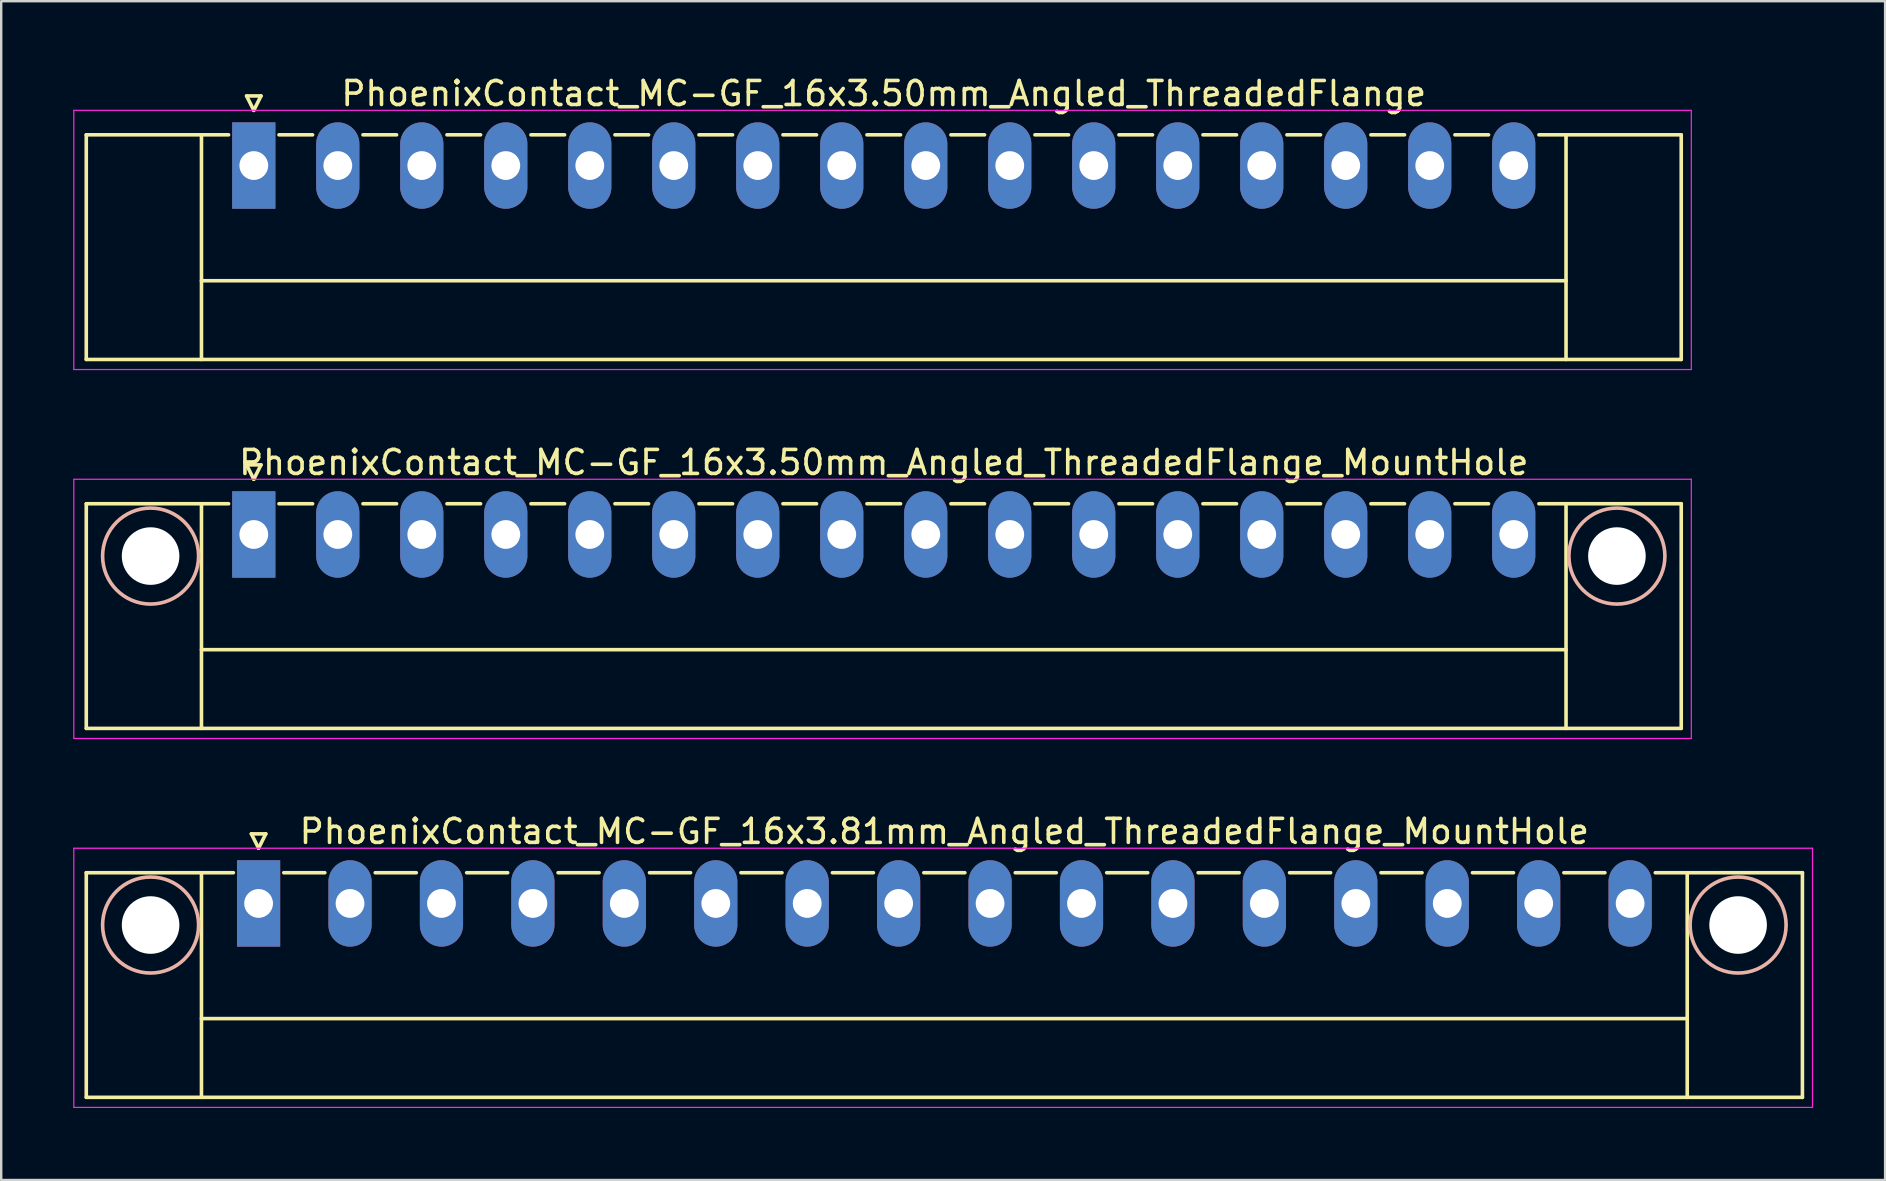
<source format=kicad_pcb>
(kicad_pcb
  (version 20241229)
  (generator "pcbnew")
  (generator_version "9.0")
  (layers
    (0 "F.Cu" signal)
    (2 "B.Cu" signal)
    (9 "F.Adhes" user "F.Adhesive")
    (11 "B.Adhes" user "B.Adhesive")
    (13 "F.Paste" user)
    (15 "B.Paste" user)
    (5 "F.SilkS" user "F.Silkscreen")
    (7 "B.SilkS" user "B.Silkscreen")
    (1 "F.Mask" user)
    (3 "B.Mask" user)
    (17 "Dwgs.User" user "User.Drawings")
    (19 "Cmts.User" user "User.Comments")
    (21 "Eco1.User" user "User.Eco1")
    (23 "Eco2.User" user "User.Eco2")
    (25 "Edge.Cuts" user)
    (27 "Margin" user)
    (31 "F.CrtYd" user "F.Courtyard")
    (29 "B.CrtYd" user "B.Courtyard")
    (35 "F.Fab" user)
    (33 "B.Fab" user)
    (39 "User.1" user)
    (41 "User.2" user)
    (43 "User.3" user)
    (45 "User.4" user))
  (footprint "PhoenixContact_MC-GF_16x3.81mm_Angled_ThreadedFlange_MountHole"
    (layer "F.Cu")
    (at 7.725 34.595)
    (property "Reference" "PhoenixContact_MC-GF_16x3.81mm_Angled_ThreadedFlange_MountHole" (at 28.575 -3 0) (layer "F.SilkS") (effects (font (size 1 1) (thickness 0.15))))
    (attr through_hole)
    (fp_line (start -7.18 -1.28) (end -7.18 8.08) (stroke (width 0.15) (type solid)) (layer "F.SilkS"))
    (fp_line (start -7.18 -1.28) (end -1.05 -1.28) (stroke (width 0.15) (type solid)) (layer "F.SilkS"))
    (fp_line (start -7.18 8.08) (end 64.33 8.08) (stroke (width 0.15) (type solid)) (layer "F.SilkS"))
    (fp_line (start -2.38 -1.28) (end -2.38 8.08) (stroke (width 0.15) (type solid)) (layer "F.SilkS"))
    (fp_line (start -2.38 4.8) (end 59.53 4.8) (stroke (width 0.15) (type solid)) (layer "F.SilkS"))
    (fp_line (start -0.3 -2.9) (end 0 -2.3) (stroke (width 0.15) (type solid)) (layer "F.SilkS"))
    (fp_line (start 0 -2.3) (end 0.3 -2.9) (stroke (width 0.15) (type solid)) (layer "F.SilkS"))
    (fp_line (start 0.3 -2.9) (end -0.3 -2.9) (stroke (width 0.15) (type solid)) (layer "F.SilkS"))
    (fp_line (start 1.05 -1.28) (end 2.76 -1.28) (stroke (width 0.15) (type solid)) (layer "F.SilkS"))
    (fp_line (start 4.86 -1.28) (end 6.57 -1.28) (stroke (width 0.15) (type solid)) (layer "F.SilkS"))
    (fp_line (start 8.67 -1.28) (end 10.38 -1.28) (stroke (width 0.15) (type solid)) (layer "F.SilkS"))
    (fp_line (start 12.48 -1.28) (end 14.19 -1.28) (stroke (width 0.15) (type solid)) (layer "F.SilkS"))
    (fp_line (start 16.29 -1.28) (end 18 -1.28) (stroke (width 0.15) (type solid)) (layer "F.SilkS"))
    (fp_line (start 20.1 -1.28) (end 21.81 -1.28) (stroke (width 0.15) (type solid)) (layer "F.SilkS"))
    (fp_line (start 23.91 -1.28) (end 25.62 -1.28) (stroke (width 0.15) (type solid)) (layer "F.SilkS"))
    (fp_line (start 27.72 -1.28) (end 29.43 -1.28) (stroke (width 0.15) (type solid)) (layer "F.SilkS"))
    (fp_line (start 31.53 -1.28) (end 33.24 -1.28) (stroke (width 0.15) (type solid)) (layer "F.SilkS"))
    (fp_line (start 35.34 -1.28) (end 37.05 -1.28) (stroke (width 0.15) (type solid)) (layer "F.SilkS"))
    (fp_line (start 39.15 -1.28) (end 40.86 -1.28) (stroke (width 0.15) (type solid)) (layer "F.SilkS"))
    (fp_line (start 42.96 -1.28) (end 44.67 -1.28) (stroke (width 0.15) (type solid)) (layer "F.SilkS"))
    (fp_line (start 46.77 -1.28) (end 48.48 -1.28) (stroke (width 0.15) (type solid)) (layer "F.SilkS"))
    (fp_line (start 50.58 -1.28) (end 52.29 -1.28) (stroke (width 0.15) (type solid)) (layer "F.SilkS"))
    (fp_line (start 54.39 -1.28) (end 56.1 -1.28) (stroke (width 0.15) (type solid)) (layer "F.SilkS"))
    (fp_line (start 59.53 -1.28) (end 59.53 8.08) (stroke (width 0.15) (type solid)) (layer "F.SilkS"))
    (fp_line (start 64.33 -1.28) (end 58.2 -1.28) (stroke (width 0.15) (type solid)) (layer "F.SilkS"))
    (fp_line (start 64.33 8.08) (end 64.33 -1.28) (stroke (width 0.15) (type solid)) (layer "F.SilkS"))
    (fp_circle (center -4.5 0.9) (end -2.5 0.9) (stroke (width 0.15) (type solid)) (fill no) (layer "B.SilkS"))
    (fp_circle (center 61.65 0.9) (end 63.65 0.9) (stroke (width 0.15) (type solid)) (fill no) (layer "B.SilkS"))
    (fp_line (start -7.7 -2.3) (end -7.7 8.5) (stroke (width 0.05) (type solid)) (layer "F.CrtYd"))
    (fp_line (start -7.7 8.5) (end 64.75 8.5) (stroke (width 0.05) (type solid)) (layer "F.CrtYd"))
    (fp_line (start 64.75 -2.3) (end -7.7 -2.3) (stroke (width 0.05) (type solid)) (layer "F.CrtYd"))
    (fp_line (start 64.75 8.5) (end 64.75 -2.3) (stroke (width 0.05) (type solid)) (layer "F.CrtYd"))
    (pad "" np_thru_hole circle (at -4.5 0.9) (size 2.4 2.4) (drill 2.4) (layers "*.Cu" "*.Mask"))
    (pad "" np_thru_hole circle (at 61.65 0.9) (size 2.4 2.4) (drill 2.4) (layers "*.Cu" "*.Mask"))
    (pad "1" thru_hole rect (at 0 0) (size 1.8 3.6) (drill 1.2) (layers "*.Cu" "*.Mask"))
    (pad "2" thru_hole oval (at 3.81 0) (size 1.8 3.6) (drill 1.2) (layers "*.Cu" "*.Mask"))
    (pad "3" thru_hole oval (at 7.62 0) (size 1.8 3.6) (drill 1.2) (layers "*.Cu" "*.Mask"))
    (pad "4" thru_hole oval (at 11.43 0) (size 1.8 3.6) (drill 1.2) (layers "*.Cu" "*.Mask"))
    (pad "5" thru_hole oval (at 15.24 0) (size 1.8 3.6) (drill 1.2) (layers "*.Cu" "*.Mask"))
    (pad "6" thru_hole oval (at 19.05 0) (size 1.8 3.6) (drill 1.2) (layers "*.Cu" "*.Mask"))
    (pad "7" thru_hole oval (at 22.86 0) (size 1.8 3.6) (drill 1.2) (layers "*.Cu" "*.Mask"))
    (pad "8" thru_hole oval (at 26.67 0) (size 1.8 3.6) (drill 1.2) (layers "*.Cu" "*.Mask"))
    (pad "9" thru_hole oval (at 30.48 0) (size 1.8 3.6) (drill 1.2) (layers "*.Cu" "*.Mask"))
    (pad "10" thru_hole oval (at 34.29 0) (size 1.8 3.6) (drill 1.2) (layers "*.Cu" "*.Mask"))
    (pad "11" thru_hole oval (at 38.1 0) (size 1.8 3.6) (drill 1.2) (layers "*.Cu" "*.Mask"))
    (pad "12" thru_hole oval (at 41.91 0) (size 1.8 3.6) (drill 1.2) (layers "*.Cu" "*.Mask"))
    (pad "13" thru_hole oval (at 45.72 0) (size 1.8 3.6) (drill 1.2) (layers "*.Cu" "*.Mask"))
    (pad "14" thru_hole oval (at 49.53 0) (size 1.8 3.6) (drill 1.2) (layers "*.Cu" "*.Mask"))
    (pad "15" thru_hole oval (at 53.34 0) (size 1.8 3.6) (drill 1.2) (layers "*.Cu" "*.Mask"))
    (pad "16" thru_hole oval (at 57.15 0) (size 1.8 3.6) (drill 1.2) (layers "*.Cu" "*.Mask")))
  (footprint "PhoenixContact_MC-GF_16x3.50mm_Angled_ThreadedFlange_MountHole"
    (layer "F.Cu")
    (at 7.525 19.221)
    (property "Reference" "PhoenixContact_MC-GF_16x3.50mm_Angled_ThreadedFlange_MountHole" (at 26.25 -3 0) (layer "F.SilkS") (effects (font (size 1 1) (thickness 0.15))))
    (attr through_hole)
    (fp_line (start -6.98 -1.28) (end -6.98 8.08) (stroke (width 0.15) (type solid)) (layer "F.SilkS"))
    (fp_line (start -6.98 -1.28) (end -1.05 -1.28) (stroke (width 0.15) (type solid)) (layer "F.SilkS"))
    (fp_line (start -6.98 8.08) (end 59.48 8.08) (stroke (width 0.15) (type solid)) (layer "F.SilkS"))
    (fp_line (start -2.18 -1.28) (end -2.18 8.08) (stroke (width 0.15) (type solid)) (layer "F.SilkS"))
    (fp_line (start -2.18 4.8) (end 54.68 4.8) (stroke (width 0.15) (type solid)) (layer "F.SilkS"))
    (fp_line (start -0.3 -2.9) (end 0 -2.3) (stroke (width 0.15) (type solid)) (layer "F.SilkS"))
    (fp_line (start 0 -2.3) (end 0.3 -2.9) (stroke (width 0.15) (type solid)) (layer "F.SilkS"))
    (fp_line (start 0.3 -2.9) (end -0.3 -2.9) (stroke (width 0.15) (type solid)) (layer "F.SilkS"))
    (fp_line (start 1.05 -1.28) (end 2.45 -1.28) (stroke (width 0.15) (type solid)) (layer "F.SilkS"))
    (fp_line (start 4.55 -1.28) (end 5.95 -1.28) (stroke (width 0.15) (type solid)) (layer "F.SilkS"))
    (fp_line (start 8.05 -1.28) (end 9.45 -1.28) (stroke (width 0.15) (type solid)) (layer "F.SilkS"))
    (fp_line (start 11.55 -1.28) (end 12.95 -1.28) (stroke (width 0.15) (type solid)) (layer "F.SilkS"))
    (fp_line (start 15.05 -1.28) (end 16.45 -1.28) (stroke (width 0.15) (type solid)) (layer "F.SilkS"))
    (fp_line (start 18.55 -1.28) (end 19.95 -1.28) (stroke (width 0.15) (type solid)) (layer "F.SilkS"))
    (fp_line (start 22.05 -1.28) (end 23.45 -1.28) (stroke (width 0.15) (type solid)) (layer "F.SilkS"))
    (fp_line (start 25.55 -1.28) (end 26.95 -1.28) (stroke (width 0.15) (type solid)) (layer "F.SilkS"))
    (fp_line (start 29.05 -1.28) (end 30.45 -1.28) (stroke (width 0.15) (type solid)) (layer "F.SilkS"))
    (fp_line (start 32.55 -1.28) (end 33.95 -1.28) (stroke (width 0.15) (type solid)) (layer "F.SilkS"))
    (fp_line (start 36.05 -1.28) (end 37.45 -1.28) (stroke (width 0.15) (type solid)) (layer "F.SilkS"))
    (fp_line (start 39.55 -1.28) (end 40.95 -1.28) (stroke (width 0.15) (type solid)) (layer "F.SilkS"))
    (fp_line (start 43.05 -1.28) (end 44.45 -1.28) (stroke (width 0.15) (type solid)) (layer "F.SilkS"))
    (fp_line (start 46.55 -1.28) (end 47.95 -1.28) (stroke (width 0.15) (type solid)) (layer "F.SilkS"))
    (fp_line (start 50.05 -1.28) (end 51.45 -1.28) (stroke (width 0.15) (type solid)) (layer "F.SilkS"))
    (fp_line (start 54.68 -1.28) (end 54.68 8.08) (stroke (width 0.15) (type solid)) (layer "F.SilkS"))
    (fp_line (start 59.48 -1.28) (end 53.55 -1.28) (stroke (width 0.15) (type solid)) (layer "F.SilkS"))
    (fp_line (start 59.48 8.08) (end 59.48 -1.28) (stroke (width 0.15) (type solid)) (layer "F.SilkS"))
    (fp_circle (center -4.3 0.9) (end -2.3 0.9) (stroke (width 0.15) (type solid)) (fill no) (layer "B.SilkS"))
    (fp_circle (center 56.8 0.9) (end 58.8 0.9) (stroke (width 0.15) (type solid)) (fill no) (layer "B.SilkS"))
    (fp_line (start -7.5 -2.3) (end -7.5 8.5) (stroke (width 0.05) (type solid)) (layer "F.CrtYd"))
    (fp_line (start -7.5 8.5) (end 59.9 8.5) (stroke (width 0.05) (type solid)) (layer "F.CrtYd"))
    (fp_line (start 59.9 -2.3) (end -7.5 -2.3) (stroke (width 0.05) (type solid)) (layer "F.CrtYd"))
    (fp_line (start 59.9 8.5) (end 59.9 -2.3) (stroke (width 0.05) (type solid)) (layer "F.CrtYd"))
    (pad "" np_thru_hole circle (at -4.3 0.9) (size 2.4 2.4) (drill 2.4) (layers "*.Cu" "*.Mask"))
    (pad "" np_thru_hole circle (at 56.8 0.9) (size 2.4 2.4) (drill 2.4) (layers "*.Cu" "*.Mask"))
    (pad "1" thru_hole rect (at 0 0) (size 1.8 3.6) (drill 1.2) (layers "*.Cu" "*.Mask"))
    (pad "2" thru_hole oval (at 3.5 0) (size 1.8 3.6) (drill 1.2) (layers "*.Cu" "*.Mask"))
    (pad "3" thru_hole oval (at 7 0) (size 1.8 3.6) (drill 1.2) (layers "*.Cu" "*.Mask"))
    (pad "4" thru_hole oval (at 10.5 0) (size 1.8 3.6) (drill 1.2) (layers "*.Cu" "*.Mask"))
    (pad "5" thru_hole oval (at 14 0) (size 1.8 3.6) (drill 1.2) (layers "*.Cu" "*.Mask"))
    (pad "6" thru_hole oval (at 17.5 0) (size 1.8 3.6) (drill 1.2) (layers "*.Cu" "*.Mask"))
    (pad "7" thru_hole oval (at 21 0) (size 1.8 3.6) (drill 1.2) (layers "*.Cu" "*.Mask"))
    (pad "8" thru_hole oval (at 24.5 0) (size 1.8 3.6) (drill 1.2) (layers "*.Cu" "*.Mask"))
    (pad "9" thru_hole oval (at 28 0) (size 1.8 3.6) (drill 1.2) (layers "*.Cu" "*.Mask"))
    (pad "10" thru_hole oval (at 31.5 0) (size 1.8 3.6) (drill 1.2) (layers "*.Cu" "*.Mask"))
    (pad "11" thru_hole oval (at 35 0) (size 1.8 3.6) (drill 1.2) (layers "*.Cu" "*.Mask"))
    (pad "12" thru_hole oval (at 38.5 0) (size 1.8 3.6) (drill 1.2) (layers "*.Cu" "*.Mask"))
    (pad "13" thru_hole oval (at 42 0) (size 1.8 3.6) (drill 1.2) (layers "*.Cu" "*.Mask"))
    (pad "14" thru_hole oval (at 45.5 0) (size 1.8 3.6) (drill 1.2) (layers "*.Cu" "*.Mask"))
    (pad "15" thru_hole oval (at 49 0) (size 1.8 3.6) (drill 1.2) (layers "*.Cu" "*.Mask"))
    (pad "16" thru_hole oval (at 52.5 0) (size 1.8 3.6) (drill 1.2) (layers "*.Cu" "*.Mask")))
  (footprint "PhoenixContact_MC-GF_16x3.50mm_Angled_ThreadedFlange"
    (layer "F.Cu")
    (at 7.525 3.848)
    (property "Reference" "PhoenixContact_MC-GF_16x3.50mm_Angled_ThreadedFlange" (at 26.25 -3 0) (layer "F.SilkS") (effects (font (size 1 1) (thickness 0.15))))
    (attr through_hole)
    (fp_line (start -6.98 -1.28) (end -6.98 8.08) (stroke (width 0.15) (type solid)) (layer "F.SilkS"))
    (fp_line (start -6.98 -1.28) (end -1.05 -1.28) (stroke (width 0.15) (type solid)) (layer "F.SilkS"))
    (fp_line (start -6.98 8.08) (end 59.48 8.08) (stroke (width 0.15) (type solid)) (layer "F.SilkS"))
    (fp_line (start -2.18 -1.28) (end -2.18 8.08) (stroke (width 0.15) (type solid)) (layer "F.SilkS"))
    (fp_line (start -2.18 4.8) (end 54.68 4.8) (stroke (width 0.15) (type solid)) (layer "F.SilkS"))
    (fp_line (start -0.3 -2.9) (end 0 -2.3) (stroke (width 0.15) (type solid)) (layer "F.SilkS"))
    (fp_line (start 0 -2.3) (end 0.3 -2.9) (stroke (width 0.15) (type solid)) (layer "F.SilkS"))
    (fp_line (start 0.3 -2.9) (end -0.3 -2.9) (stroke (width 0.15) (type solid)) (layer "F.SilkS"))
    (fp_line (start 1.05 -1.28) (end 2.45 -1.28) (stroke (width 0.15) (type solid)) (layer "F.SilkS"))
    (fp_line (start 4.55 -1.28) (end 5.95 -1.28) (stroke (width 0.15) (type solid)) (layer "F.SilkS"))
    (fp_line (start 8.05 -1.28) (end 9.45 -1.28) (stroke (width 0.15) (type solid)) (layer "F.SilkS"))
    (fp_line (start 11.55 -1.28) (end 12.95 -1.28) (stroke (width 0.15) (type solid)) (layer "F.SilkS"))
    (fp_line (start 15.05 -1.28) (end 16.45 -1.28) (stroke (width 0.15) (type solid)) (layer "F.SilkS"))
    (fp_line (start 18.55 -1.28) (end 19.95 -1.28) (stroke (width 0.15) (type solid)) (layer "F.SilkS"))
    (fp_line (start 22.05 -1.28) (end 23.45 -1.28) (stroke (width 0.15) (type solid)) (layer "F.SilkS"))
    (fp_line (start 25.55 -1.28) (end 26.95 -1.28) (stroke (width 0.15) (type solid)) (layer "F.SilkS"))
    (fp_line (start 29.05 -1.28) (end 30.45 -1.28) (stroke (width 0.15) (type solid)) (layer "F.SilkS"))
    (fp_line (start 32.55 -1.28) (end 33.95 -1.28) (stroke (width 0.15) (type solid)) (layer "F.SilkS"))
    (fp_line (start 36.05 -1.28) (end 37.45 -1.28) (stroke (width 0.15) (type solid)) (layer "F.SilkS"))
    (fp_line (start 39.55 -1.28) (end 40.95 -1.28) (stroke (width 0.15) (type solid)) (layer "F.SilkS"))
    (fp_line (start 43.05 -1.28) (end 44.45 -1.28) (stroke (width 0.15) (type solid)) (layer "F.SilkS"))
    (fp_line (start 46.55 -1.28) (end 47.95 -1.28) (stroke (width 0.15) (type solid)) (layer "F.SilkS"))
    (fp_line (start 50.05 -1.28) (end 51.45 -1.28) (stroke (width 0.15) (type solid)) (layer "F.SilkS"))
    (fp_line (start 54.68 -1.28) (end 54.68 8.08) (stroke (width 0.15) (type solid)) (layer "F.SilkS"))
    (fp_line (start 59.48 -1.28) (end 53.55 -1.28) (stroke (width 0.15) (type solid)) (layer "F.SilkS"))
    (fp_line (start 59.48 8.08) (end 59.48 -1.28) (stroke (width 0.15) (type solid)) (layer "F.SilkS"))
    (fp_line (start -7.5 -2.3) (end -7.5 8.5) (stroke (width 0.05) (type solid)) (layer "F.CrtYd"))
    (fp_line (start -7.5 8.5) (end 59.9 8.5) (stroke (width 0.05) (type solid)) (layer "F.CrtYd"))
    (fp_line (start 59.9 -2.3) (end -7.5 -2.3) (stroke (width 0.05) (type solid)) (layer "F.CrtYd"))
    (fp_line (start 59.9 8.5) (end 59.9 -2.3) (stroke (width 0.05) (type solid)) (layer "F.CrtYd"))
    (pad "1" thru_hole rect (at 0 0) (size 1.8 3.6) (drill 1.2) (layers "*.Cu" "*.Mask"))
    (pad "2" thru_hole oval (at 3.5 0) (size 1.8 3.6) (drill 1.2) (layers "*.Cu" "*.Mask"))
    (pad "3" thru_hole oval (at 7 0) (size 1.8 3.6) (drill 1.2) (layers "*.Cu" "*.Mask"))
    (pad "4" thru_hole oval (at 10.5 0) (size 1.8 3.6) (drill 1.2) (layers "*.Cu" "*.Mask"))
    (pad "5" thru_hole oval (at 14 0) (size 1.8 3.6) (drill 1.2) (layers "*.Cu" "*.Mask"))
    (pad "6" thru_hole oval (at 17.5 0) (size 1.8 3.6) (drill 1.2) (layers "*.Cu" "*.Mask"))
    (pad "7" thru_hole oval (at 21 0) (size 1.8 3.6) (drill 1.2) (layers "*.Cu" "*.Mask"))
    (pad "8" thru_hole oval (at 24.5 0) (size 1.8 3.6) (drill 1.2) (layers "*.Cu" "*.Mask"))
    (pad "9" thru_hole oval (at 28 0) (size 1.8 3.6) (drill 1.2) (layers "*.Cu" "*.Mask"))
    (pad "10" thru_hole oval (at 31.5 0) (size 1.8 3.6) (drill 1.2) (layers "*.Cu" "*.Mask"))
    (pad "11" thru_hole oval (at 35 0) (size 1.8 3.6) (drill 1.2) (layers "*.Cu" "*.Mask"))
    (pad "12" thru_hole oval (at 38.5 0) (size 1.8 3.6) (drill 1.2) (layers "*.Cu" "*.Mask"))
    (pad "13" thru_hole oval (at 42 0) (size 1.8 3.6) (drill 1.2) (layers "*.Cu" "*.Mask"))
    (pad "14" thru_hole oval (at 45.5 0) (size 1.8 3.6) (drill 1.2) (layers "*.Cu" "*.Mask"))
    (pad "15" thru_hole oval (at 49 0) (size 1.8 3.6) (drill 1.2) (layers "*.Cu" "*.Mask"))
    (pad "16" thru_hole oval (at 52.5 0) (size 1.8 3.6) (drill 1.2) (layers "*.Cu" "*.Mask")))
  (gr_rect
    (start -3 -3)
    (end 75.5 46.12)
    (stroke (width 0.1) (type default))
    (fill no)
    (layer "Edge.Cuts")))
</source>
